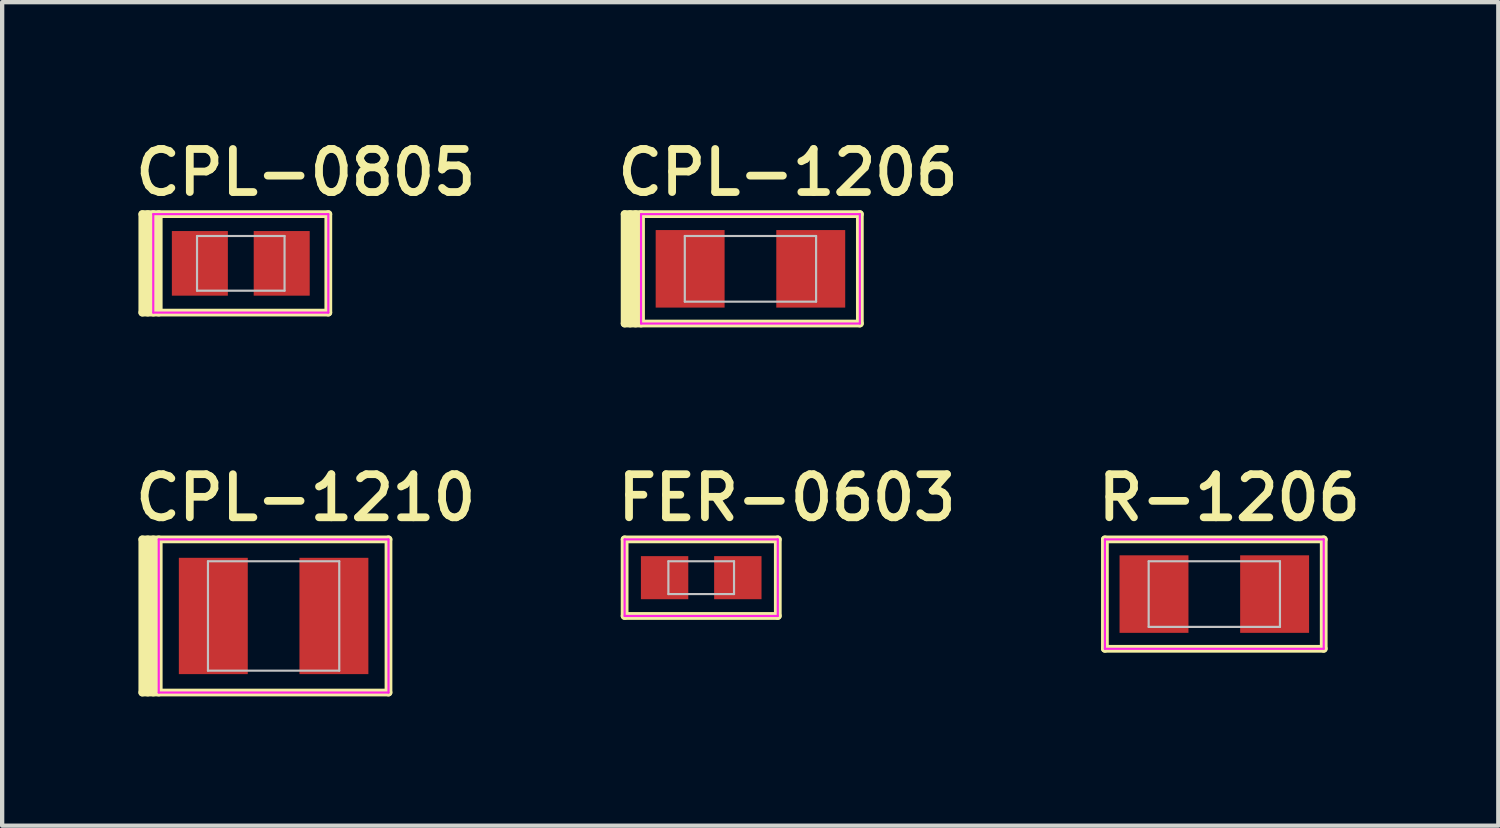
<source format=kicad_pcb>
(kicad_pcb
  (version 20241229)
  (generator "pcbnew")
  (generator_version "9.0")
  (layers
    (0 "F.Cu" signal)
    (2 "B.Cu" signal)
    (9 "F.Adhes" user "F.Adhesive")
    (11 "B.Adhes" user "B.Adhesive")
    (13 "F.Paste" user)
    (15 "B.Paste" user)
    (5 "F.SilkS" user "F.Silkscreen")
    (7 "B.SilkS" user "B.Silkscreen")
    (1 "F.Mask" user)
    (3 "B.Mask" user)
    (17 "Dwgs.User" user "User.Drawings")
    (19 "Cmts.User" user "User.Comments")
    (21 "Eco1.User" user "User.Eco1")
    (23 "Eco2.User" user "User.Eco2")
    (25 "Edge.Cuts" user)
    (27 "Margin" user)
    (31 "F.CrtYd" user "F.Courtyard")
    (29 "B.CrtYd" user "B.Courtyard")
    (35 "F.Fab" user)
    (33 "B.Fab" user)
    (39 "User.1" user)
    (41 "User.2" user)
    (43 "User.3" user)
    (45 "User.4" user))
  (footprint "CPL-1210"
    (layer "F.Cu")
    (at 3.302 11.25)
    (property "Reference" "CPL-1210" (at -3.302 -2.159 0) (layer "F.SilkS") (effects (font (size 1 1) (thickness 0.18)) (justify left bottom)))
    (attr through_hole)
    (fp_line (start -3.048 -1.778) (end -3.048 1.778) (stroke (width 0.18) (type solid)) (layer "F.SilkS"))
    (fp_line (start -3.048 1.778) (end 2.667 1.778) (stroke (width 0.18) (type solid)) (layer "F.SilkS"))
    (fp_line (start -2.921 -1.778) (end -2.921 1.778) (stroke (width 0.18) (type solid)) (layer "F.SilkS"))
    (fp_line (start -2.794 -1.778) (end -2.794 1.778) (stroke (width 0.18) (type solid)) (layer "F.SilkS"))
    (fp_line (start -2.667 -1.778) (end -2.667 1.778) (stroke (width 0.18) (type solid)) (layer "F.SilkS"))
    (fp_line (start 2.667 -1.778) (end -3.048 -1.778) (stroke (width 0.18) (type solid)) (layer "F.SilkS"))
    (fp_line (start 2.667 1.778) (end 2.667 -1.778) (stroke (width 0.18) (type solid)) (layer "F.SilkS"))
    (fp_line (start -1.524 -1.27) (end -1.524 1.27) (stroke (width 0.05) (type solid)) (layer "Dwgs.User"))
    (fp_line (start -1.524 -1.27) (end 1.524 -1.27) (stroke (width 0.05) (type solid)) (layer "Dwgs.User"))
    (fp_line (start -1.524 1.27) (end 1.524 1.27) (stroke (width 0.05) (type solid)) (layer "Dwgs.User"))
    (fp_line (start 1.524 -1.27) (end 1.524 1.27) (stroke (width 0.05) (type solid)) (layer "Dwgs.User"))
    (fp_line (start -2.667 -1.778) (end 2.667 -1.778) (stroke (width 0.05) (type solid)) (layer "F.CrtYd"))
    (fp_line (start -2.667 1.778) (end -2.667 -1.778) (stroke (width 0.05) (type solid)) (layer "F.CrtYd"))
    (fp_line (start 2.667 -1.778) (end 2.667 1.778) (stroke (width 0.05) (type solid)) (layer "F.CrtYd"))
    (fp_line (start 2.667 1.778) (end -2.667 1.778) (stroke (width 0.05) (type solid)) (layer "F.CrtYd"))
    (pad "A" smd rect (at -1.4 0) (size 1.6 2.7) (layers "F.Cu" "F.Mask" "F.Paste"))
    (pad "K" smd rect (at 1.4 0) (size 1.6 2.7) (layers "F.Cu" "F.Mask" "F.Paste")))
  (footprint "CPL-0805"
    (layer "F.Cu")
    (at 2.54 3.064)
    (property "Reference" "CPL-0805" (at -2.54 -1.524 0) (layer "F.SilkS") (effects (font (size 1 1) (thickness 0.18)) (justify left bottom)))
    (attr through_hole)
    (fp_line (start -2.286 -1.143) (end -2.286 1.143) (stroke (width 0.18) (type solid)) (layer "F.SilkS"))
    (fp_line (start -2.286 1.143) (end 2.032 1.143) (stroke (width 0.18) (type solid)) (layer "F.SilkS"))
    (fp_line (start -2.159 1.143) (end -2.159 -1.143) (stroke (width 0.18) (type solid)) (layer "F.SilkS"))
    (fp_line (start -2.032 1.143) (end -2.032 -1.143) (stroke (width 0.18) (type solid)) (layer "F.SilkS"))
    (fp_line (start -1.905 1.143) (end -1.905 -1.143) (stroke (width 0.18) (type solid)) (layer "F.SilkS"))
    (fp_line (start 2.032 -1.143) (end -2.286 -1.143) (stroke (width 0.18) (type solid)) (layer "F.SilkS"))
    (fp_line (start 2.032 1.143) (end 2.032 -1.143) (stroke (width 0.18) (type solid)) (layer "F.SilkS"))
    (fp_line (start -1.016 -0.635) (end -1.016 0.635) (stroke (width 0.05) (type solid)) (layer "Dwgs.User"))
    (fp_line (start -1.016 -0.635) (end 1.016 -0.635) (stroke (width 0.05) (type solid)) (layer "Dwgs.User"))
    (fp_line (start -1.016 0.635) (end 1.016 0.635) (stroke (width 0.05) (type solid)) (layer "Dwgs.User"))
    (fp_line (start 1.016 -0.635) (end 1.016 0.635) (stroke (width 0.05) (type solid)) (layer "Dwgs.User"))
    (fp_line (start -2.032 -1.143) (end 2.032 -1.143) (stroke (width 0.05) (type solid)) (layer "F.CrtYd"))
    (fp_line (start -2.032 1.143) (end -2.032 -1.143) (stroke (width 0.05) (type solid)) (layer "F.CrtYd"))
    (fp_line (start 2.032 -1.143) (end 2.032 1.143) (stroke (width 0.05) (type solid)) (layer "F.CrtYd"))
    (fp_line (start 2.032 1.143) (end -2.032 1.143) (stroke (width 0.05) (type solid)) (layer "F.CrtYd"))
    (pad "A" smd rect (at -0.95 0) (size 1.3 1.5) (layers "F.Cu" "F.Mask" "F.Paste"))
    (pad "K" smd rect (at 0.95 0) (size 1.3 1.5) (layers "F.Cu" "F.Mask" "F.Paste")))
  (footprint "CPL-1206"
    (layer "F.Cu")
    (at 14.372 3.191)
    (property "Reference" "CPL-1206" (at -3.175 -1.651 0) (layer "F.SilkS") (effects (font (size 1 1) (thickness 0.18)) (justify left bottom)))
    (attr through_hole)
    (fp_line (start -2.921 -1.27) (end -2.921 1.27) (stroke (width 0.18) (type solid)) (layer "F.SilkS"))
    (fp_line (start -2.921 1.27) (end 2.54 1.27) (stroke (width 0.18) (type solid)) (layer "F.SilkS"))
    (fp_line (start -2.794 -1.27) (end -2.794 1.27) (stroke (width 0.18) (type solid)) (layer "F.SilkS"))
    (fp_line (start -2.667 -1.27) (end -2.667 1.27) (stroke (width 0.18) (type solid)) (layer "F.SilkS"))
    (fp_line (start -2.54 -1.27) (end -2.54 1.27) (stroke (width 0.18) (type solid)) (layer "F.SilkS"))
    (fp_line (start 2.54 -1.27) (end -2.921 -1.27) (stroke (width 0.18) (type solid)) (layer "F.SilkS"))
    (fp_line (start 2.54 1.27) (end 2.54 -1.27) (stroke (width 0.18) (type solid)) (layer "F.SilkS"))
    (fp_line (start -1.524 -0.762) (end -1.524 0.762) (stroke (width 0.05) (type solid)) (layer "Dwgs.User"))
    (fp_line (start -1.524 -0.762) (end 1.524 -0.762) (stroke (width 0.05) (type solid)) (layer "Dwgs.User"))
    (fp_line (start -1.524 0.762) (end 1.524 0.762) (stroke (width 0.05) (type solid)) (layer "Dwgs.User"))
    (fp_line (start 1.524 -0.762) (end 1.524 0.762) (stroke (width 0.05) (type solid)) (layer "Dwgs.User"))
    (fp_line (start -2.54 -1.27) (end 2.54 -1.27) (stroke (width 0.05) (type solid)) (layer "F.CrtYd"))
    (fp_line (start -2.54 1.27) (end -2.54 -1.27) (stroke (width 0.05) (type solid)) (layer "F.CrtYd"))
    (fp_line (start 2.54 -1.27) (end 2.54 1.27) (stroke (width 0.05) (type solid)) (layer "F.CrtYd"))
    (fp_line (start 2.54 1.27) (end -2.54 1.27) (stroke (width 0.05) (type solid)) (layer "F.CrtYd"))
    (pad "A" smd rect (at -1.4 0) (size 1.6 1.8) (layers "F.Cu" "F.Mask" "F.Paste"))
    (pad "K" smd rect (at 1.4 0) (size 1.6 1.8) (layers "F.Cu" "F.Mask" "F.Paste")))
  (footprint "FER-0603"
    (layer "F.Cu")
    (at 13.229 10.361)
    (property "Reference" "FER-0603" (at -2.032 -1.27 0) (layer "F.SilkS") (effects (font (size 1 1) (thickness 0.18)) (justify left bottom)))
    (attr through_hole)
    (fp_line (start -1.778 -0.889) (end 1.778 -0.889) (stroke (width 0.18) (type solid)) (layer "F.SilkS"))
    (fp_line (start -1.778 0.889) (end -1.778 -0.889) (stroke (width 0.18) (type solid)) (layer "F.SilkS"))
    (fp_line (start 1.778 -0.889) (end 1.778 0.889) (stroke (width 0.18) (type solid)) (layer "F.SilkS"))
    (fp_line (start 1.778 0.889) (end -1.778 0.889) (stroke (width 0.18) (type solid)) (layer "F.SilkS"))
    (fp_line (start -0.762 -0.381) (end 0.762 -0.381) (stroke (width 0.05) (type solid)) (layer "Dwgs.User"))
    (fp_line (start -0.762 0.381) (end -0.762 -0.381) (stroke (width 0.05) (type solid)) (layer "Dwgs.User"))
    (fp_line (start 0.762 -0.381) (end 0.762 0.381) (stroke (width 0.05) (type solid)) (layer "Dwgs.User"))
    (fp_line (start 0.762 0.381) (end -0.762 0.381) (stroke (width 0.05) (type solid)) (layer "Dwgs.User"))
    (fp_line (start -1.778 -0.889) (end 1.778 -0.889) (stroke (width 0.05) (type solid)) (layer "F.CrtYd"))
    (fp_line (start -1.778 0.889) (end -1.778 -0.889) (stroke (width 0.05) (type solid)) (layer "F.CrtYd"))
    (fp_line (start 1.778 -0.889) (end 1.778 0.889) (stroke (width 0.05) (type solid)) (layer "F.CrtYd"))
    (fp_line (start 1.778 0.889) (end -1.778 0.889) (stroke (width 0.05) (type solid)) (layer "F.CrtYd"))
    (pad "1" smd rect (at -0.85 0) (size 1.1 1) (layers "F.Cu" "F.Mask" "F.Paste"))
    (pad "2" smd rect (at 0.85 0) (size 1.1 1) (layers "F.Cu" "F.Mask" "F.Paste")))
  (footprint "R-1206"
    (layer "F.Cu")
    (at 25.141 10.742)
    (property "Reference" "R-1206" (at -2.794 -1.651 0) (layer "F.SilkS") (effects (font (size 1 1) (thickness 0.18)) (justify left bottom)))
    (attr through_hole)
    (fp_line (start -2.54 -1.27) (end -2.54 1.27) (stroke (width 0.18) (type solid)) (layer "F.SilkS"))
    (fp_line (start -2.54 1.27) (end 2.54 1.27) (stroke (width 0.18) (type solid)) (layer "F.SilkS"))
    (fp_line (start 2.54 -1.27) (end -2.54 -1.27) (stroke (width 0.18) (type solid)) (layer "F.SilkS"))
    (fp_line (start 2.54 1.27) (end 2.54 -1.27) (stroke (width 0.18) (type solid)) (layer "F.SilkS"))
    (fp_line (start -1.524 -0.762) (end 1.524 -0.762) (stroke (width 0.05) (type solid)) (layer "Dwgs.User"))
    (fp_line (start -1.524 0.762) (end -1.524 -0.762) (stroke (width 0.05) (type solid)) (layer "Dwgs.User"))
    (fp_line (start 1.524 -0.762) (end 1.524 0.762) (stroke (width 0.05) (type solid)) (layer "Dwgs.User"))
    (fp_line (start 1.524 0.762) (end -1.524 0.762) (stroke (width 0.05) (type solid)) (layer "Dwgs.User"))
    (fp_line (start -2.54 -1.27) (end 2.54 -1.27) (stroke (width 0.05) (type solid)) (layer "F.CrtYd"))
    (fp_line (start -2.54 1.27) (end -2.54 -1.27) (stroke (width 0.05) (type solid)) (layer "F.CrtYd"))
    (fp_line (start 2.54 -1.27) (end 2.54 1.27) (stroke (width 0.05) (type solid)) (layer "F.CrtYd"))
    (fp_line (start 2.54 1.27) (end -2.54 1.27) (stroke (width 0.05) (type solid)) (layer "F.CrtYd"))
    (pad "1" smd rect (at -1.4 0) (size 1.6 1.8) (layers "F.Cu" "F.Mask" "F.Paste"))
    (pad "2" smd rect (at 1.4 0) (size 1.6 1.8) (layers "F.Cu" "F.Mask" "F.Paste")))
  (gr_rect
    (start -3 -3)
    (end 31.734 16.118)
    (stroke (width 0.1) (type default))
    (fill no)
    (layer "Edge.Cuts")))
</source>
